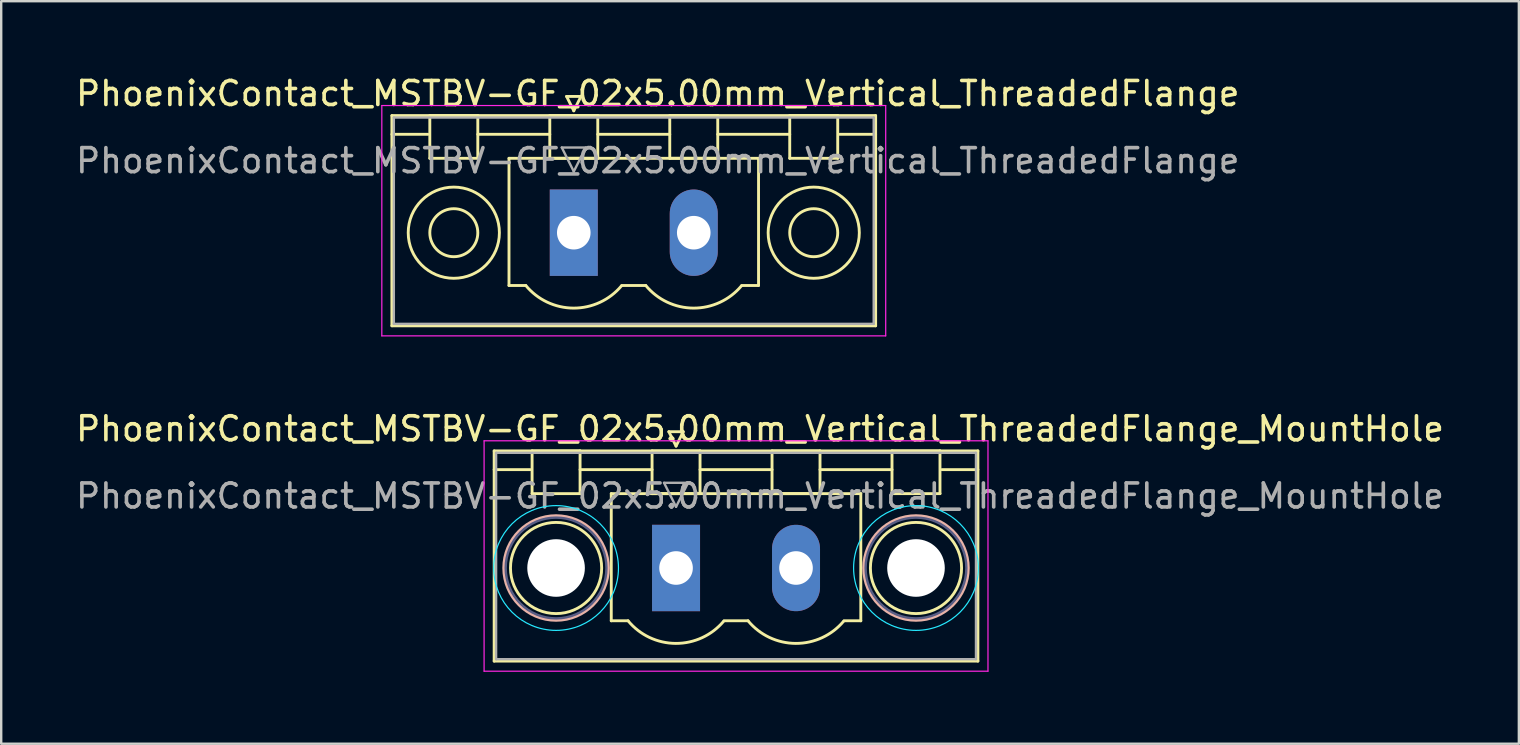
<source format=kicad_pcb>
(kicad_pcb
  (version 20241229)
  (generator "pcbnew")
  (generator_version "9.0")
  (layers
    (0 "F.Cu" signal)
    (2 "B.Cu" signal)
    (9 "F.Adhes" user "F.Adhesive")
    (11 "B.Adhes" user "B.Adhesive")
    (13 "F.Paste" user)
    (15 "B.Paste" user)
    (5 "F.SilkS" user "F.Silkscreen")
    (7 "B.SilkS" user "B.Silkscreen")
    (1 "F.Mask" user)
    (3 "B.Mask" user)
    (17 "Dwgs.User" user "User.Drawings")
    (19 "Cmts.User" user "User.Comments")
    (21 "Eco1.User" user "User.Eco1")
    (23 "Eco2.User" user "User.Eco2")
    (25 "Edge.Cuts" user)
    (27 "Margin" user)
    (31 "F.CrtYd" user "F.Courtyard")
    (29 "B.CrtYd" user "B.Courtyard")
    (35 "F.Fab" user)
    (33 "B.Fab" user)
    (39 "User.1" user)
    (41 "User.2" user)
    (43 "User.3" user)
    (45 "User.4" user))
  (footprint "PhoenixContact_MSTBV-GF_02x5.00mm_Vertical_ThreadedFlange"
    (layer "F.Cu")
    (at 20.863 6.648)
    (property "Reference" "PhoenixContact_MSTBV-GF_02x5.00mm_Vertical_ThreadedFlange" (at 3.5 -5.8 0) (layer "F.SilkS") (effects (font (size 1 1) (thickness 0.15))))
    (attr through_hole)
    (fp_line (start -7.58 -4.88) (end -7.58 3.88) (stroke (width 0.12) (type solid)) (layer "F.SilkS"))
    (fp_line (start -7.58 -4.1) (end -6.08 -4.1) (stroke (width 0.12) (type solid)) (layer "F.SilkS"))
    (fp_line (start -7.58 3.88) (end 12.58 3.88) (stroke (width 0.12) (type solid)) (layer "F.SilkS"))
    (fp_line (start -6 -4.88) (end -4 -4.88) (stroke (width 0.12) (type solid)) (layer "F.SilkS"))
    (fp_line (start -6 -3.1) (end -6 -4.88) (stroke (width 0.12) (type solid)) (layer "F.SilkS"))
    (fp_line (start -4 -4.88) (end -4 -3.1) (stroke (width 0.12) (type solid)) (layer "F.SilkS"))
    (fp_line (start -4 -4.1) (end -1 -4.1) (stroke (width 0.12) (type solid)) (layer "F.SilkS"))
    (fp_line (start -4 -3.1) (end -6 -3.1) (stroke (width 0.12) (type solid)) (layer "F.SilkS"))
    (fp_line (start -2.7 -3.1) (end 7.7 -3.1) (stroke (width 0.12) (type solid)) (layer "F.SilkS"))
    (fp_line (start -2.7 2.2) (end -2.7 -3.1) (stroke (width 0.12) (type solid)) (layer "F.SilkS"))
    (fp_line (start -2 2.2) (end -2.7 2.2) (stroke (width 0.12) (type solid)) (layer "F.SilkS"))
    (fp_line (start -1 -4.88) (end 1 -4.88) (stroke (width 0.12) (type solid)) (layer "F.SilkS"))
    (fp_line (start -1 -3.1) (end -1 -4.88) (stroke (width 0.12) (type solid)) (layer "F.SilkS"))
    (fp_line (start -0.3 -5.68) (end 0.3 -5.68) (stroke (width 0.12) (type solid)) (layer "F.SilkS"))
    (fp_line (start 0 -5.08) (end -0.3 -5.68) (stroke (width 0.12) (type solid)) (layer "F.SilkS"))
    (fp_line (start 0.3 -5.68) (end 0 -5.08) (stroke (width 0.12) (type solid)) (layer "F.SilkS"))
    (fp_line (start 1 -4.88) (end 1 -3.1) (stroke (width 0.12) (type solid)) (layer "F.SilkS"))
    (fp_line (start 1 -4.1) (end 4 -4.1) (stroke (width 0.12) (type solid)) (layer "F.SilkS"))
    (fp_line (start 1 -3.1) (end -1 -3.1) (stroke (width 0.12) (type solid)) (layer "F.SilkS"))
    (fp_line (start 2 2.2) (end 3 2.2) (stroke (width 0.12) (type solid)) (layer "F.SilkS"))
    (fp_line (start 4 -4.88) (end 6 -4.88) (stroke (width 0.12) (type solid)) (layer "F.SilkS"))
    (fp_line (start 4 -3.1) (end 4 -4.88) (stroke (width 0.12) (type solid)) (layer "F.SilkS"))
    (fp_line (start 6 -4.88) (end 6 -3.1) (stroke (width 0.12) (type solid)) (layer "F.SilkS"))
    (fp_line (start 6 -4.1) (end 9 -4.1) (stroke (width 0.12) (type solid)) (layer "F.SilkS"))
    (fp_line (start 6 -3.1) (end 4 -3.1) (stroke (width 0.12) (type solid)) (layer "F.SilkS"))
    (fp_line (start 7.7 -3.1) (end 7.7 2.2) (stroke (width 0.12) (type solid)) (layer "F.SilkS"))
    (fp_line (start 7.7 2.2) (end 7 2.2) (stroke (width 0.12) (type solid)) (layer "F.SilkS"))
    (fp_line (start 9 -4.88) (end 11 -4.88) (stroke (width 0.12) (type solid)) (layer "F.SilkS"))
    (fp_line (start 9 -3.1) (end 9 -4.88) (stroke (width 0.12) (type solid)) (layer "F.SilkS"))
    (fp_line (start 11 -4.88) (end 11 -3.1) (stroke (width 0.12) (type solid)) (layer "F.SilkS"))
    (fp_line (start 11 -3.1) (end 9 -3.1) (stroke (width 0.12) (type solid)) (layer "F.SilkS"))
    (fp_line (start 12.58 -4.88) (end -7.58 -4.88) (stroke (width 0.12) (type solid)) (layer "F.SilkS"))
    (fp_line (start 12.58 -4.1) (end 11.08 -4.1) (stroke (width 0.12) (type solid)) (layer "F.SilkS"))
    (fp_line (start 12.58 3.88) (end 12.58 -4.88) (stroke (width 0.12) (type solid)) (layer "F.SilkS"))
    (fp_arc (start 1.986842 2.215821) (mid -0.010289 3.142758) (end -2 2.2) (stroke (width 0.12) (type solid)) (layer "F.SilkS"))
    (fp_arc (start 6.986842 2.215821) (mid 4.989711 3.142758) (end 3 2.2) (stroke (width 0.12) (type solid)) (layer "F.SilkS"))
    (fp_circle (center -5 0) (end -4 0) (stroke (width 0.12) (type solid)) (fill no) (layer "F.SilkS"))
    (fp_circle (center -5 0) (end -3.1 0) (stroke (width 0.12) (type solid)) (fill no) (layer "F.SilkS"))
    (fp_circle (center 10 0) (end 11 0) (stroke (width 0.12) (type solid)) (fill no) (layer "F.SilkS"))
    (fp_circle (center 10 0) (end 11.9 0) (stroke (width 0.12) (type solid)) (fill no) (layer "F.SilkS"))
    (fp_line (start -8 -5.3) (end -8 4.3) (stroke (width 0.05) (type solid)) (layer "F.CrtYd"))
    (fp_line (start -8 4.3) (end 13 4.3) (stroke (width 0.05) (type solid)) (layer "F.CrtYd"))
    (fp_line (start 13 -5.3) (end -8 -5.3) (stroke (width 0.05) (type solid)) (layer "F.CrtYd"))
    (fp_line (start 13 4.3) (end 13 -5.3) (stroke (width 0.05) (type solid)) (layer "F.CrtYd"))
    (fp_line (start -7.5 -4.8) (end -7.5 3.8) (stroke (width 0.1) (type solid)) (layer "F.Fab"))
    (fp_line (start -7.5 3.8) (end 12.5 3.8) (stroke (width 0.1) (type solid)) (layer "F.Fab"))
    (fp_line (start -0.5 -3.55) (end 0.5 -3.55) (stroke (width 0.1) (type solid)) (layer "F.Fab"))
    (fp_line (start 0 -2.55) (end -0.5 -3.55) (stroke (width 0.1) (type solid)) (layer "F.Fab"))
    (fp_line (start 0.5 -3.55) (end 0 -2.55) (stroke (width 0.1) (type solid)) (layer "F.Fab"))
    (fp_line (start 12.5 -4.8) (end -7.5 -4.8) (stroke (width 0.1) (type solid)) (layer "F.Fab"))
    (fp_line (start 12.5 3.8) (end 12.5 -4.8) (stroke (width 0.1) (type solid)) (layer "F.Fab"))
    (fp_text user "${REFERENCE}" (at 3.5 -3 0) (layer "F.Fab") (effects (font (size 1 1) (thickness 0.15))))
    (pad "1" thru_hole rect (at 0 0) (size 2 3.6) (drill 1.4) (layers "*.Cu" "*.Mask"))
    (pad "2" thru_hole oval (at 5 0) (size 2 3.6) (drill 1.4) (layers "*.Cu" "*.Mask")))
  (footprint "PhoenixContact_MSTBV-GF_02x5.00mm_Vertical_ThreadedFlange_MountHole"
    (layer "F.Cu")
    (at 25.125 20.622)
    (property "Reference" "PhoenixContact_MSTBV-GF_02x5.00mm_Vertical_ThreadedFlange_MountHole" (at 3.5 -5.8 0) (layer "F.SilkS") (effects (font (size 1 1) (thickness 0.15))))
    (attr through_hole)
    (fp_line (start -7.58 -4.88) (end -7.58 3.88) (stroke (width 0.12) (type solid)) (layer "F.SilkS"))
    (fp_line (start -7.58 -4.1) (end -6.08 -4.1) (stroke (width 0.12) (type solid)) (layer "F.SilkS"))
    (fp_line (start -7.58 3.88) (end 12.58 3.88) (stroke (width 0.12) (type solid)) (layer "F.SilkS"))
    (fp_line (start -6 -4.88) (end -4 -4.88) (stroke (width 0.12) (type solid)) (layer "F.SilkS"))
    (fp_line (start -6 -3.1) (end -6 -4.88) (stroke (width 0.12) (type solid)) (layer "F.SilkS"))
    (fp_line (start -4 -4.88) (end -4 -3.1) (stroke (width 0.12) (type solid)) (layer "F.SilkS"))
    (fp_line (start -4 -4.1) (end -1 -4.1) (stroke (width 0.12) (type solid)) (layer "F.SilkS"))
    (fp_line (start -4 -3.1) (end -6 -3.1) (stroke (width 0.12) (type solid)) (layer "F.SilkS"))
    (fp_line (start -2.7 -3.1) (end 7.7 -3.1) (stroke (width 0.12) (type solid)) (layer "F.SilkS"))
    (fp_line (start -2.7 2.2) (end -2.7 -3.1) (stroke (width 0.12) (type solid)) (layer "F.SilkS"))
    (fp_line (start -2 2.2) (end -2.7 2.2) (stroke (width 0.12) (type solid)) (layer "F.SilkS"))
    (fp_line (start -1 -4.88) (end 1 -4.88) (stroke (width 0.12) (type solid)) (layer "F.SilkS"))
    (fp_line (start -1 -3.1) (end -1 -4.88) (stroke (width 0.12) (type solid)) (layer "F.SilkS"))
    (fp_line (start -0.3 -5.68) (end 0.3 -5.68) (stroke (width 0.12) (type solid)) (layer "F.SilkS"))
    (fp_line (start 0 -5.08) (end -0.3 -5.68) (stroke (width 0.12) (type solid)) (layer "F.SilkS"))
    (fp_line (start 0.3 -5.68) (end 0 -5.08) (stroke (width 0.12) (type solid)) (layer "F.SilkS"))
    (fp_line (start 1 -4.88) (end 1 -3.1) (stroke (width 0.12) (type solid)) (layer "F.SilkS"))
    (fp_line (start 1 -4.1) (end 4 -4.1) (stroke (width 0.12) (type solid)) (layer "F.SilkS"))
    (fp_line (start 1 -3.1) (end -1 -3.1) (stroke (width 0.12) (type solid)) (layer "F.SilkS"))
    (fp_line (start 2 2.2) (end 3 2.2) (stroke (width 0.12) (type solid)) (layer "F.SilkS"))
    (fp_line (start 4 -4.88) (end 6 -4.88) (stroke (width 0.12) (type solid)) (layer "F.SilkS"))
    (fp_line (start 4 -3.1) (end 4 -4.88) (stroke (width 0.12) (type solid)) (layer "F.SilkS"))
    (fp_line (start 6 -4.88) (end 6 -3.1) (stroke (width 0.12) (type solid)) (layer "F.SilkS"))
    (fp_line (start 6 -4.1) (end 9 -4.1) (stroke (width 0.12) (type solid)) (layer "F.SilkS"))
    (fp_line (start 6 -3.1) (end 4 -3.1) (stroke (width 0.12) (type solid)) (layer "F.SilkS"))
    (fp_line (start 7.7 -3.1) (end 7.7 2.2) (stroke (width 0.12) (type solid)) (layer "F.SilkS"))
    (fp_line (start 7.7 2.2) (end 7 2.2) (stroke (width 0.12) (type solid)) (layer "F.SilkS"))
    (fp_line (start 9 -4.88) (end 11 -4.88) (stroke (width 0.12) (type solid)) (layer "F.SilkS"))
    (fp_line (start 9 -3.1) (end 9 -4.88) (stroke (width 0.12) (type solid)) (layer "F.SilkS"))
    (fp_line (start 11 -4.88) (end 11 -3.1) (stroke (width 0.12) (type solid)) (layer "F.SilkS"))
    (fp_line (start 11 -3.1) (end 9 -3.1) (stroke (width 0.12) (type solid)) (layer "F.SilkS"))
    (fp_line (start 12.58 -4.88) (end -7.58 -4.88) (stroke (width 0.12) (type solid)) (layer "F.SilkS"))
    (fp_line (start 12.58 -4.1) (end 11.08 -4.1) (stroke (width 0.12) (type solid)) (layer "F.SilkS"))
    (fp_line (start 12.58 3.88) (end 12.58 -4.88) (stroke (width 0.12) (type solid)) (layer "F.SilkS"))
    (fp_arc (start 1.986842 2.215821) (mid -0.010289 3.142758) (end -2 2.2) (stroke (width 0.12) (type solid)) (layer "F.SilkS"))
    (fp_arc (start 6.986842 2.215821) (mid 4.989711 3.142758) (end 3 2.2) (stroke (width 0.12) (type solid)) (layer "F.SilkS"))
    (fp_circle (center -5 0) (end -3.1 0) (stroke (width 0.12) (type solid)) (fill no) (layer "F.SilkS"))
    (fp_circle (center 10 0) (end 11.9 0) (stroke (width 0.12) (type solid)) (fill no) (layer "F.SilkS"))
    (fp_circle (center -5 0) (end -2.82 0) (stroke (width 0.12) (type solid)) (fill no) (layer "B.SilkS"))
    (fp_circle (center 10 0) (end 12.18 0) (stroke (width 0.12) (type solid)) (fill no) (layer "B.SilkS"))
    (fp_circle (center -5 0) (end -2.4 0) (stroke (width 0.05) (type solid)) (fill no) (layer "B.CrtYd"))
    (fp_circle (center 10 0) (end 12.6 0) (stroke (width 0.05) (type solid)) (fill no) (layer "B.CrtYd"))
    (fp_line (start -8 -5.3) (end -8 4.3) (stroke (width 0.05) (type solid)) (layer "F.CrtYd"))
    (fp_line (start -8 4.3) (end 13 4.3) (stroke (width 0.05) (type solid)) (layer "F.CrtYd"))
    (fp_line (start 13 -5.3) (end -8 -5.3) (stroke (width 0.05) (type solid)) (layer "F.CrtYd"))
    (fp_line (start 13 4.3) (end 13 -5.3) (stroke (width 0.05) (type solid)) (layer "F.CrtYd"))
    (fp_circle (center -5 0) (end -2.9 0) (stroke (width 0.1) (type solid)) (fill no) (layer "B.Fab"))
    (fp_circle (center 10 0) (end 12.1 0) (stroke (width 0.1) (type solid)) (fill no) (layer "B.Fab"))
    (fp_line (start -7.5 -4.8) (end -7.5 3.8) (stroke (width 0.1) (type solid)) (layer "F.Fab"))
    (fp_line (start -7.5 3.8) (end 12.5 3.8) (stroke (width 0.1) (type solid)) (layer "F.Fab"))
    (fp_line (start -0.5 -3.55) (end 0.5 -3.55) (stroke (width 0.1) (type solid)) (layer "F.Fab"))
    (fp_line (start 0 -2.55) (end -0.5 -3.55) (stroke (width 0.1) (type solid)) (layer "F.Fab"))
    (fp_line (start 0.5 -3.55) (end 0 -2.55) (stroke (width 0.1) (type solid)) (layer "F.Fab"))
    (fp_line (start 12.5 -4.8) (end -7.5 -4.8) (stroke (width 0.1) (type solid)) (layer "F.Fab"))
    (fp_line (start 12.5 3.8) (end 12.5 -4.8) (stroke (width 0.1) (type solid)) (layer "F.Fab"))
    (fp_text user "${REFERENCE}" (at 3.5 -3 0) (layer "F.Fab") (effects (font (size 1 1) (thickness 0.15))))
    (pad "" np_thru_hole circle (at -5 0) (size 2.4 2.4) (drill 2.4) (layers "*.Cu" "*.Mask"))
    (pad "" np_thru_hole circle (at 10 0) (size 2.4 2.4) (drill 2.4) (layers "*.Cu" "*.Mask"))
    (pad "1" thru_hole rect (at 0 0) (size 2 3.6) (drill 1.4) (layers "*.Cu" "*.Mask"))
    (pad "2" thru_hole oval (at 5 0) (size 2 3.6) (drill 1.4) (layers "*.Cu" "*.Mask")))
  (gr_rect
    (start -3 -3)
    (end 60.25 27.947)
    (stroke (width 0.1) (type default))
    (fill no)
    (layer "Edge.Cuts")))
</source>
